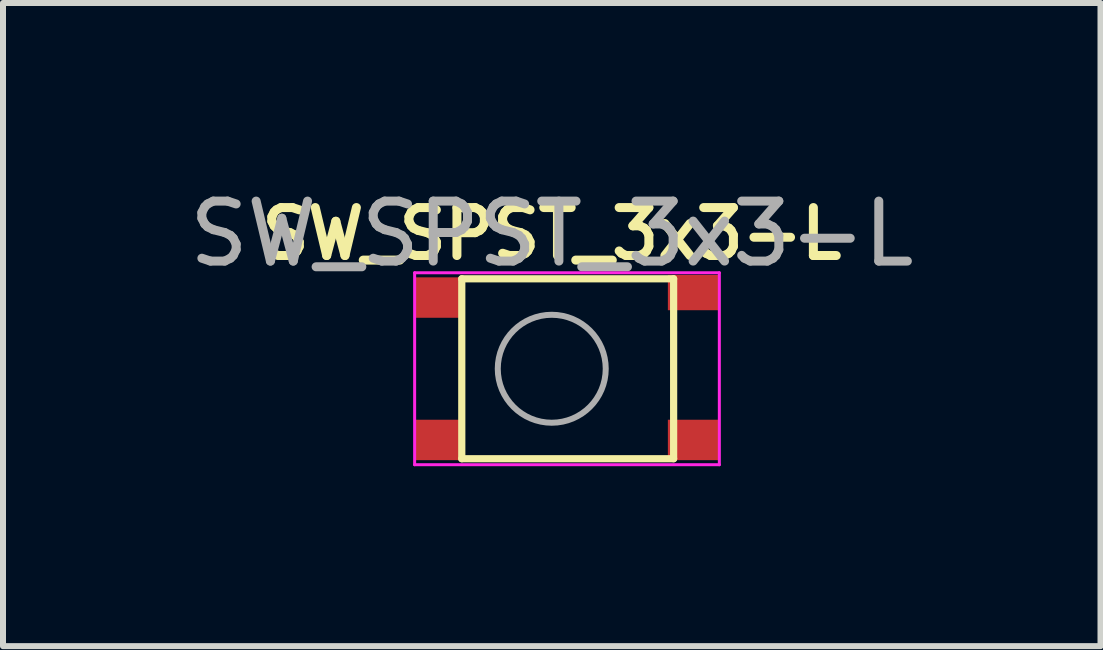
<source format=kicad_pcb>
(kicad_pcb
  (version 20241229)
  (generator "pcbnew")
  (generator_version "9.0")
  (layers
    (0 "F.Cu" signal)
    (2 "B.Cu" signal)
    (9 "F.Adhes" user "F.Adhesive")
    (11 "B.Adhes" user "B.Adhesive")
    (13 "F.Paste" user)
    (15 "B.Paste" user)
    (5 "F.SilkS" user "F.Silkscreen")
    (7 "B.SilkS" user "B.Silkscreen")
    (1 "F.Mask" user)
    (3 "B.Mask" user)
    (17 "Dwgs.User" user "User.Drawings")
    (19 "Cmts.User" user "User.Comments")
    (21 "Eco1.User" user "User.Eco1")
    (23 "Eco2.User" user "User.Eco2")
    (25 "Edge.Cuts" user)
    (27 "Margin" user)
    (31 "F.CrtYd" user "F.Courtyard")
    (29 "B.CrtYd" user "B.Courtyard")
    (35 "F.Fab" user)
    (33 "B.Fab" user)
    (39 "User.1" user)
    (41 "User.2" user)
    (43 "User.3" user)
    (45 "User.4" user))
  (footprint "SW_SPST_3x3-L"
    (layer "F.Cu")
    (at 6.149 3.098)
    (property "Reference" "SW_SPST_3x3-L" (at 0 -2.25 0) (layer "F.SilkS") (effects (font (size 0.8 0.8) (thickness 0.15))))
    (attr smd)
    (fp_line (start -1.5 -1.5) (end 2.032 -1.5) (stroke (width 0.12) (type solid)) (layer "F.SilkS"))
    (fp_line (start -1.5 1.5) (end -1.5 -1.5) (stroke (width 0.12) (type solid)) (layer "F.SilkS"))
    (fp_line (start -1.5 1.5) (end 2.032 1.5) (stroke (width 0.12) (type solid)) (layer "F.SilkS"))
    (fp_line (start 2.032 1.5) (end 2.032 -1.5) (stroke (width 0.12) (type solid)) (layer "F.SilkS"))
    (fp_line (start -2.286 -1.6) (end -2.286 1.6) (stroke (width 0.05) (type solid)) (layer "F.CrtYd"))
    (fp_line (start -2.286 -1.6) (end 2.794 -1.6) (stroke (width 0.05) (type solid)) (layer "F.CrtYd"))
    (fp_line (start -2.286 1.6) (end 2.794 1.6) (stroke (width 0.05) (type solid)) (layer "F.CrtYd"))
    (fp_line (start 2.794 -1.6) (end 2.794 1.6) (stroke (width 0.05) (type solid)) (layer "F.CrtYd"))
    (fp_circle (center 0 0) (end 0.9 0) (stroke (width 0.1) (type solid)) (fill no) (layer "F.Fab"))
    (fp_text user "${REFERENCE}" (at 0 -2.25 0) (layer "F.Fab") (effects (font (size 1 1) (thickness 0.15))))
    (pad "1" smd rect (at -1.868 -1.187) (size 0.836 0.674) (layers "F.Cu" "F.Mask" "F.Paste"))
    (pad "1" smd rect (at 2.365 -1.27) (size 0.858 0.588) (layers "F.Cu" "F.Mask" "F.Paste"))
    (pad "2" smd rect (at -1.868 1.187) (size 0.836 0.674) (layers "F.Cu" "F.Mask" "F.Paste"))
    (pad "2" smd rect (at 2.365 1.187) (size 0.858 0.674) (layers "F.Cu" "F.Mask" "F.Paste")))
  (gr_rect
    (start -3 -3)
    (end 15.298 7.723)
    (stroke (width 0.1) (type default))
    (fill no)
    (layer "Edge.Cuts")))
</source>
